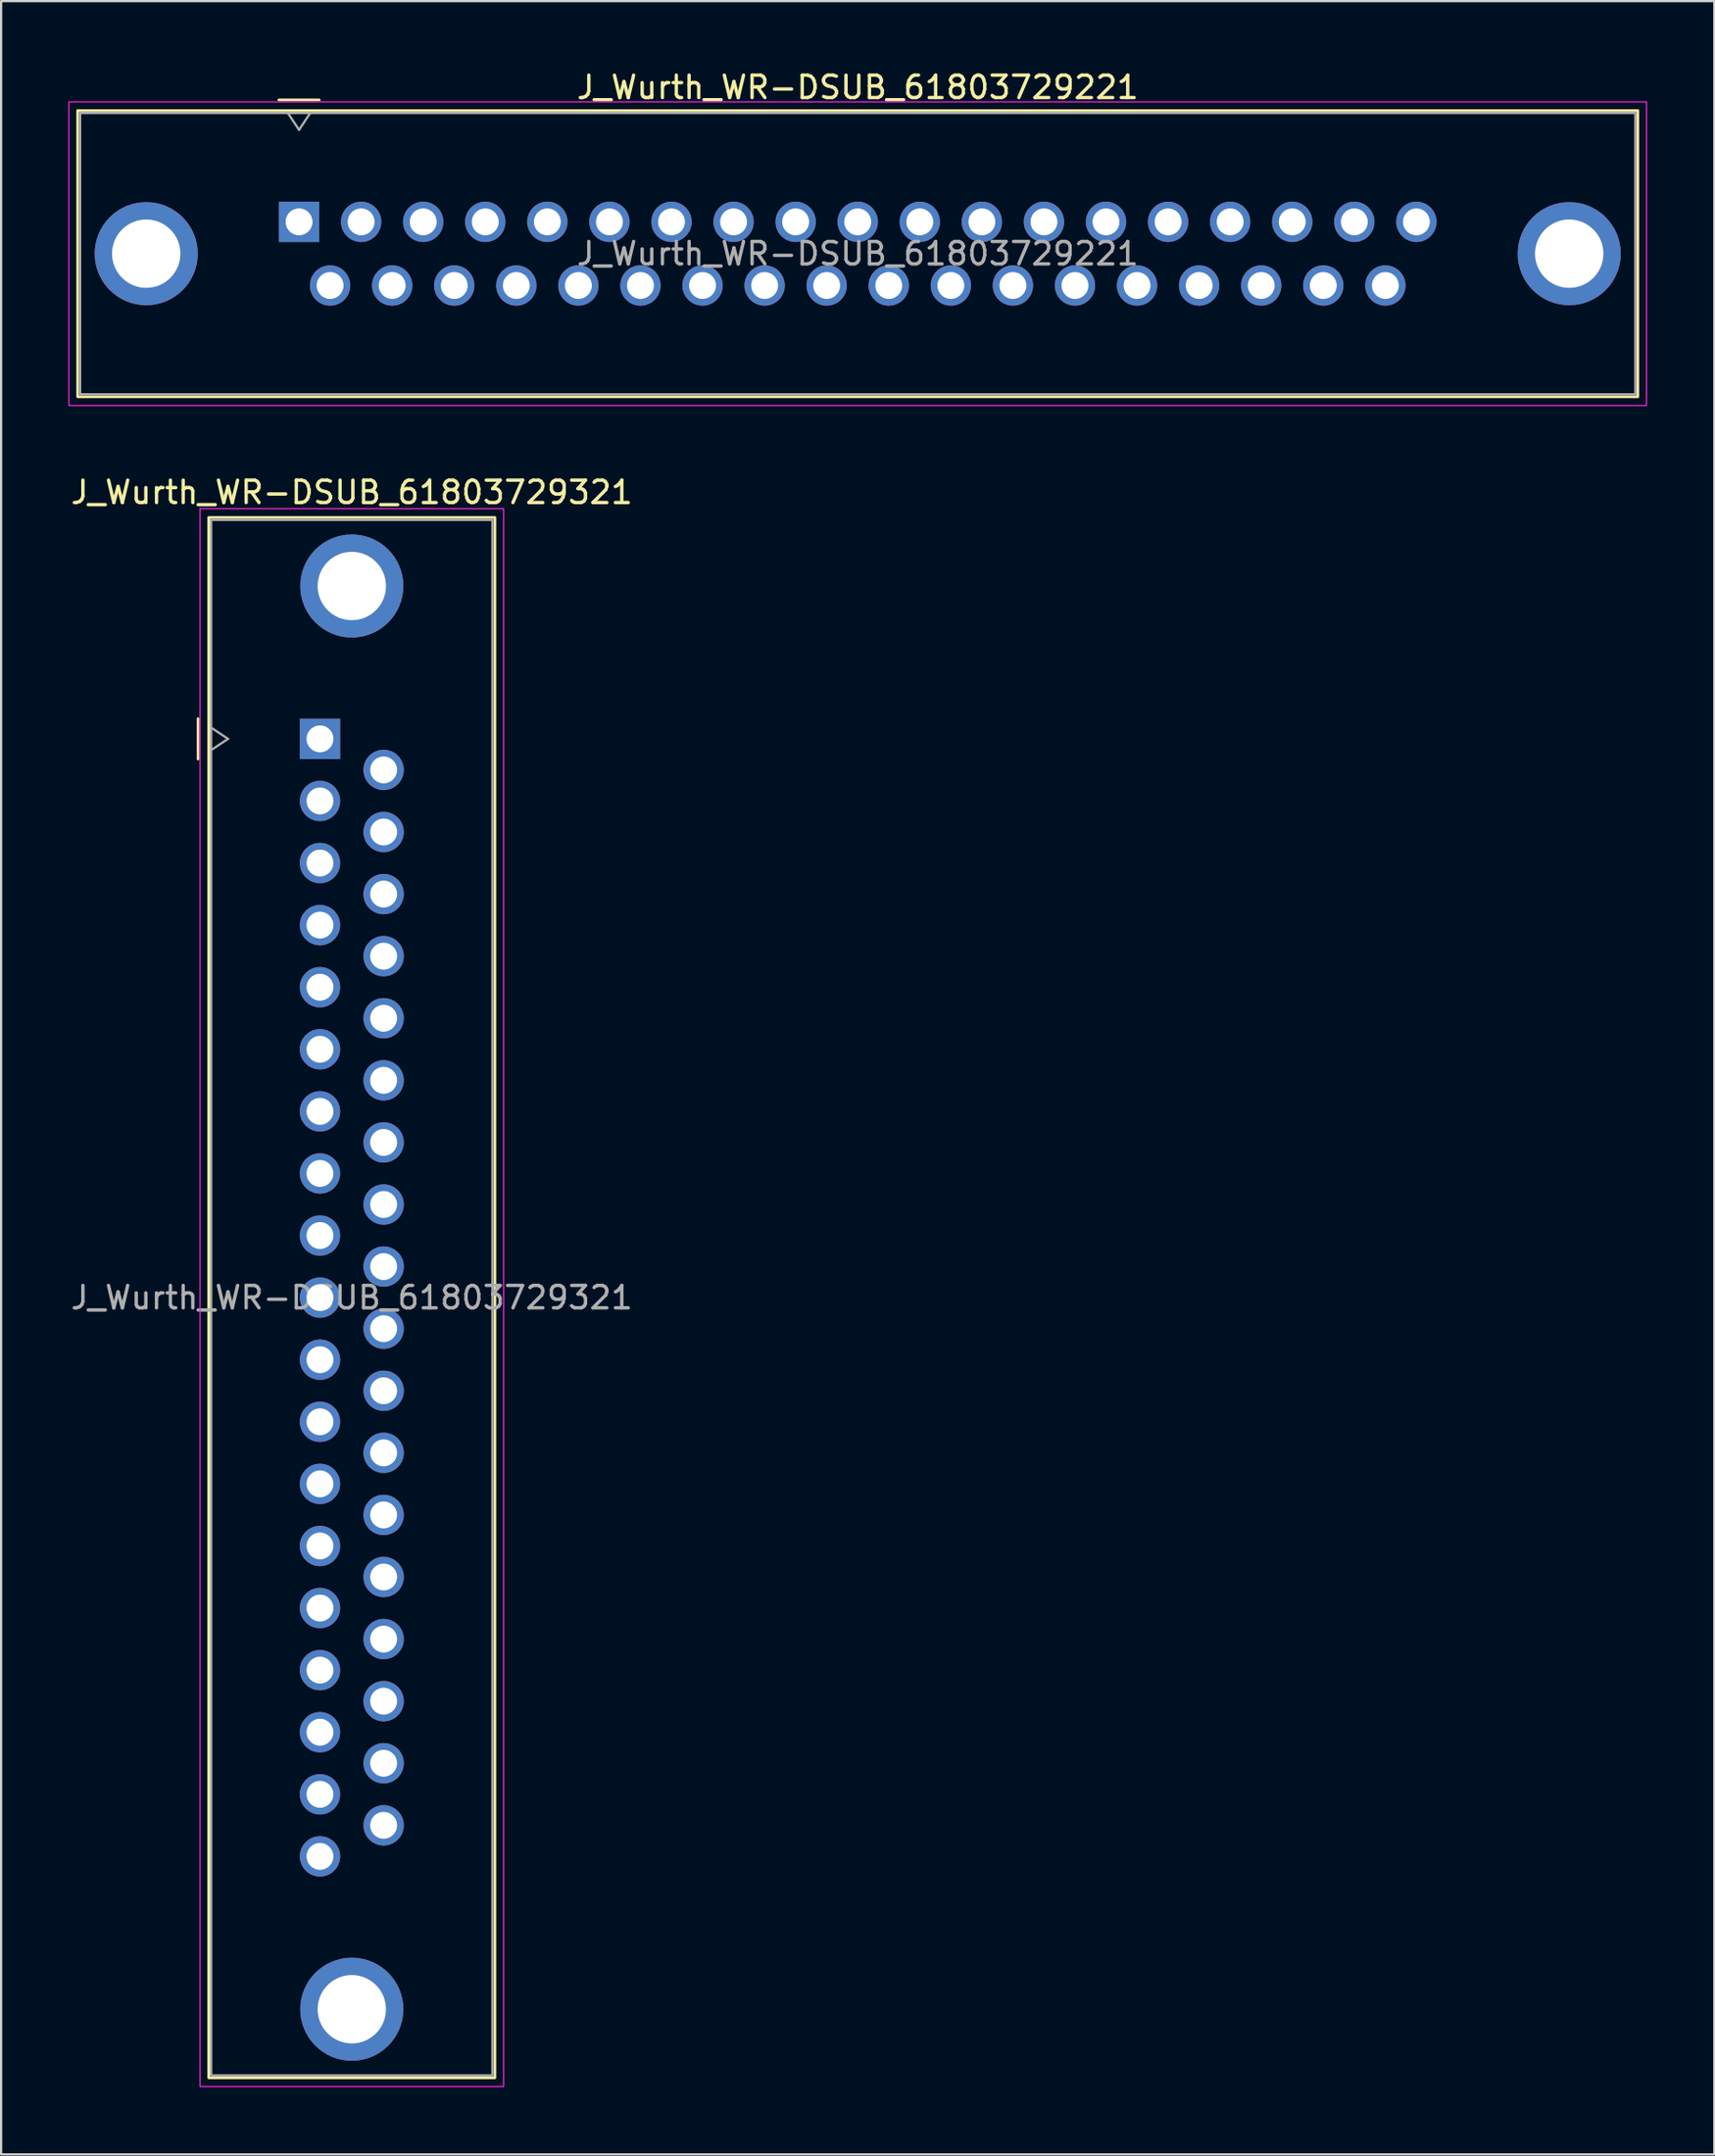
<source format=kicad_pcb>
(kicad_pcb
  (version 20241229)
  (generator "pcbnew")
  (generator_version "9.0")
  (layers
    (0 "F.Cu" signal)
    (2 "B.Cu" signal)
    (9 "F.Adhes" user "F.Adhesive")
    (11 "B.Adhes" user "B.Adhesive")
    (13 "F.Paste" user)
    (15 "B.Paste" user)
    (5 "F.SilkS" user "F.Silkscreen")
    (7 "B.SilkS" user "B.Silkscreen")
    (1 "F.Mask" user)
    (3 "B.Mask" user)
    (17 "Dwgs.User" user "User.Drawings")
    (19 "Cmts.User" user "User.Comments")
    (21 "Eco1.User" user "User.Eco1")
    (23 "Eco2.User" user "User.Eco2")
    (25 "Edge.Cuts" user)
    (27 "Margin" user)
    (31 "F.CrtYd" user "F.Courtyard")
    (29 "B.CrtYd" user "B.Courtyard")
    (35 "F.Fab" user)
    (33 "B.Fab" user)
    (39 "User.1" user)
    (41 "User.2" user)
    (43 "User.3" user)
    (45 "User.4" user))
  (footprint "J_Wurth_WR-DSUB_61803729221"
    (layer "F.Cu")
    (at 10.295 6.848)
    (property "Reference" "J_Wurth_WR-DSUB_61803729221" (at 24.93 -6 0) (unlocked yes) (layer "F.SilkS") (effects (font (size 1 1) (thickness 0.15))))
    (attr through_hole)
    (fp_line (start 0.9 -5.44) (end -0.9 -5.44) (stroke (width 0.12) (type solid)) (layer "F.SilkS"))
    (fp_rect (start -9.88 -4.965) (end 59.74 7.805) (stroke (width 0.12) (type solid)) (fill no) (layer "F.SilkS"))
    (fp_rect (start -10.27 -5.355) (end 60.13 8.195) (stroke (width 0.05) (type default)) (fill no) (layer "F.CrtYd"))
    (fp_line (start 0 -4.105) (end -0.5 -4.855) (stroke (width 0.1) (type solid)) (layer "F.Fab"))
    (fp_line (start 0 -4.105) (end 0.5 -4.855) (stroke (width 0.1) (type solid)) (layer "F.Fab"))
    (fp_rect (start -9.77 -4.855) (end 59.63 7.695) (stroke (width 0.1) (type solid)) (fill no) (layer "F.Fab"))
    (fp_text user "${REFERENCE}" (at 24.93 1.42 0) (unlocked yes) (layer "F.Fab") (effects (font (size 1 1) (thickness 0.15))))
    (pad "1" thru_hole rect (at 0 0) (size 1.8 1.8) (drill 1.2) (layers "*.Cu" "*.Mask"))
    (pad "2" thru_hole circle (at 2.77 0) (size 1.8 1.8) (drill 1.2) (layers "*.Cu" "*.Mask"))
    (pad "3" thru_hole circle (at 5.54 0) (size 1.8 1.8) (drill 1.2) (layers "*.Cu" "*.Mask"))
    (pad "4" thru_hole circle (at 8.31 0) (size 1.8 1.8) (drill 1.2) (layers "*.Cu" "*.Mask"))
    (pad "5" thru_hole circle (at 11.08 0) (size 1.8 1.8) (drill 1.2) (layers "*.Cu" "*.Mask"))
    (pad "6" thru_hole circle (at 13.85 0) (size 1.8 1.8) (drill 1.2) (layers "*.Cu" "*.Mask"))
    (pad "7" thru_hole circle (at 16.62 0) (size 1.8 1.8) (drill 1.2) (layers "*.Cu" "*.Mask"))
    (pad "8" thru_hole circle (at 19.39 0) (size 1.8 1.8) (drill 1.2) (layers "*.Cu" "*.Mask"))
    (pad "9" thru_hole circle (at 22.16 0) (size 1.8 1.8) (drill 1.2) (layers "*.Cu" "*.Mask"))
    (pad "10" thru_hole circle (at 24.93 0) (size 1.8 1.8) (drill 1.2) (layers "*.Cu" "*.Mask"))
    (pad "11" thru_hole circle (at 27.7 0) (size 1.8 1.8) (drill 1.2) (layers "*.Cu" "*.Mask"))
    (pad "12" thru_hole circle (at 30.47 0) (size 1.8 1.8) (drill 1.2) (layers "*.Cu" "*.Mask"))
    (pad "13" thru_hole circle (at 33.24 0) (size 1.8 1.8) (drill 1.2) (layers "*.Cu" "*.Mask"))
    (pad "14" thru_hole circle (at 36.01 0) (size 1.8 1.8) (drill 1.2) (layers "*.Cu" "*.Mask"))
    (pad "15" thru_hole circle (at 38.78 0) (size 1.8 1.8) (drill 1.2) (layers "*.Cu" "*.Mask"))
    (pad "16" thru_hole circle (at 41.55 0) (size 1.8 1.8) (drill 1.2) (layers "*.Cu" "*.Mask"))
    (pad "17" thru_hole circle (at 44.32 0) (size 1.8 1.8) (drill 1.2) (layers "*.Cu" "*.Mask"))
    (pad "18" thru_hole circle (at 47.09 0) (size 1.8 1.8) (drill 1.2) (layers "*.Cu" "*.Mask"))
    (pad "19" thru_hole circle (at 49.86 0) (size 1.8 1.8) (drill 1.2) (layers "*.Cu" "*.Mask"))
    (pad "20" thru_hole circle (at 1.385 2.84) (size 1.8 1.8) (drill 1.2) (layers "*.Cu" "*.Mask"))
    (pad "21" thru_hole circle (at 4.155 2.84) (size 1.8 1.8) (drill 1.2) (layers "*.Cu" "*.Mask"))
    (pad "22" thru_hole circle (at 6.925 2.84) (size 1.8 1.8) (drill 1.2) (layers "*.Cu" "*.Mask"))
    (pad "23" thru_hole circle (at 9.695 2.84) (size 1.8 1.8) (drill 1.2) (layers "*.Cu" "*.Mask"))
    (pad "24" thru_hole circle (at 12.465 2.84) (size 1.8 1.8) (drill 1.2) (layers "*.Cu" "*.Mask"))
    (pad "25" thru_hole circle (at 15.235 2.84) (size 1.8 1.8) (drill 1.2) (layers "*.Cu" "*.Mask"))
    (pad "26" thru_hole circle (at 18.005 2.84) (size 1.8 1.8) (drill 1.2) (layers "*.Cu" "*.Mask"))
    (pad "27" thru_hole circle (at 20.775 2.84) (size 1.8 1.8) (drill 1.2) (layers "*.Cu" "*.Mask"))
    (pad "28" thru_hole circle (at 23.545 2.84) (size 1.8 1.8) (drill 1.2) (layers "*.Cu" "*.Mask"))
    (pad "29" thru_hole circle (at 26.315 2.84) (size 1.8 1.8) (drill 1.2) (layers "*.Cu" "*.Mask"))
    (pad "30" thru_hole circle (at 29.085 2.84) (size 1.8 1.8) (drill 1.2) (layers "*.Cu" "*.Mask"))
    (pad "31" thru_hole circle (at 31.855 2.84) (size 1.8 1.8) (drill 1.2) (layers "*.Cu" "*.Mask"))
    (pad "32" thru_hole circle (at 34.625 2.84) (size 1.8 1.8) (drill 1.2) (layers "*.Cu" "*.Mask"))
    (pad "33" thru_hole circle (at 37.395 2.84) (size 1.8 1.8) (drill 1.2) (layers "*.Cu" "*.Mask"))
    (pad "34" thru_hole circle (at 40.165 2.84) (size 1.8 1.8) (drill 1.2) (layers "*.Cu" "*.Mask"))
    (pad "35" thru_hole circle (at 42.935 2.84) (size 1.8 1.8) (drill 1.2) (layers "*.Cu" "*.Mask"))
    (pad "36" thru_hole circle (at 45.705 2.84) (size 1.8 1.8) (drill 1.2) (layers "*.Cu" "*.Mask"))
    (pad "37" thru_hole circle (at 48.475 2.84) (size 1.8 1.8) (drill 1.2) (layers "*.Cu" "*.Mask"))
    (pad "S1" thru_hole circle (at -6.82 1.42) (size 4.6 4.6) (drill 3.05) (layers "*.Cu" "*.Mask"))
    (pad "S2" thru_hole circle (at 56.68 1.42) (size 4.6 4.6) (drill 3.05) (layers "*.Cu" "*.Mask")))
  (footprint "J_Wurth_WR-DSUB_61803729321"
    (layer "F.Cu")
    (at 11.229 29.916)
    (property "Reference" "J_Wurth_WR-DSUB_61803729321" (at 1.42 -11 0) (unlocked yes) (layer "F.SilkS") (effects (font (size 1 1) (thickness 0.15))))
    (attr through_hole)
    (fp_line (start -5.44 -0.9) (end -5.44 0.9) (stroke (width 0.12) (type solid)) (layer "F.SilkS"))
    (fp_rect (start -4.965 -9.88) (end 7.805 59.74) (stroke (width 0.12) (type solid)) (fill no) (layer "F.SilkS"))
    (fp_rect (start -5.355 -10.27) (end 8.195 60.13) (stroke (width 0.05) (type default)) (fill no) (layer "F.CrtYd"))
    (fp_line (start -4.105 0) (end -4.855 -0.5) (stroke (width 0.1) (type solid)) (layer "F.Fab"))
    (fp_line (start -4.105 0) (end -4.855 0.5) (stroke (width 0.1) (type solid)) (layer "F.Fab"))
    (fp_rect (start -4.855 -9.77) (end 7.695 59.63) (stroke (width 0.1) (type solid)) (fill no) (layer "F.Fab"))
    (fp_text user "${REFERENCE}" (at 1.42 24.93 0) (unlocked yes) (layer "F.Fab") (effects (font (size 1 1) (thickness 0.15))))
    (pad "1" thru_hole rect (at 0 0 90) (size 1.8 1.8) (drill 1.2) (layers "*.Cu" "*.Mask"))
    (pad "2" thru_hole circle (at 0 2.77 90) (size 1.8 1.8) (drill 1.2) (layers "*.Cu" "*.Mask"))
    (pad "3" thru_hole circle (at 0 5.54 90) (size 1.8 1.8) (drill 1.2) (layers "*.Cu" "*.Mask"))
    (pad "4" thru_hole circle (at 0 8.31 90) (size 1.8 1.8) (drill 1.2) (layers "*.Cu" "*.Mask"))
    (pad "5" thru_hole circle (at 0 11.08 90) (size 1.8 1.8) (drill 1.2) (layers "*.Cu" "*.Mask"))
    (pad "6" thru_hole circle (at 0 13.85 90) (size 1.8 1.8) (drill 1.2) (layers "*.Cu" "*.Mask"))
    (pad "7" thru_hole circle (at 0 16.62 90) (size 1.8 1.8) (drill 1.2) (layers "*.Cu" "*.Mask"))
    (pad "8" thru_hole circle (at 0 19.39 90) (size 1.8 1.8) (drill 1.2) (layers "*.Cu" "*.Mask"))
    (pad "9" thru_hole circle (at 0 22.16 90) (size 1.8 1.8) (drill 1.2) (layers "*.Cu" "*.Mask"))
    (pad "10" thru_hole circle (at 0 24.93 90) (size 1.8 1.8) (drill 1.2) (layers "*.Cu" "*.Mask"))
    (pad "11" thru_hole circle (at 0 27.7 90) (size 1.8 1.8) (drill 1.2) (layers "*.Cu" "*.Mask"))
    (pad "12" thru_hole circle (at 0 30.47 90) (size 1.8 1.8) (drill 1.2) (layers "*.Cu" "*.Mask"))
    (pad "13" thru_hole circle (at 0 33.24 90) (size 1.8 1.8) (drill 1.2) (layers "*.Cu" "*.Mask"))
    (pad "14" thru_hole circle (at 0 36.01 90) (size 1.8 1.8) (drill 1.2) (layers "*.Cu" "*.Mask"))
    (pad "15" thru_hole circle (at 0 38.78 90) (size 1.8 1.8) (drill 1.2) (layers "*.Cu" "*.Mask"))
    (pad "16" thru_hole circle (at 0 41.55 90) (size 1.8 1.8) (drill 1.2) (layers "*.Cu" "*.Mask"))
    (pad "17" thru_hole circle (at 0 44.32 90) (size 1.8 1.8) (drill 1.2) (layers "*.Cu" "*.Mask"))
    (pad "18" thru_hole circle (at 0 47.09 90) (size 1.8 1.8) (drill 1.2) (layers "*.Cu" "*.Mask"))
    (pad "19" thru_hole circle (at 0 49.86 90) (size 1.8 1.8) (drill 1.2) (layers "*.Cu" "*.Mask"))
    (pad "20" thru_hole circle (at 2.84 1.385 90) (size 1.8 1.8) (drill 1.2) (layers "*.Cu" "*.Mask"))
    (pad "21" thru_hole circle (at 2.84 4.155 90) (size 1.8 1.8) (drill 1.2) (layers "*.Cu" "*.Mask"))
    (pad "22" thru_hole circle (at 2.84 6.925 90) (size 1.8 1.8) (drill 1.2) (layers "*.Cu" "*.Mask"))
    (pad "23" thru_hole circle (at 2.84 9.695 90) (size 1.8 1.8) (drill 1.2) (layers "*.Cu" "*.Mask"))
    (pad "24" thru_hole circle (at 2.84 12.465 90) (size 1.8 1.8) (drill 1.2) (layers "*.Cu" "*.Mask"))
    (pad "25" thru_hole circle (at 2.84 15.235 90) (size 1.8 1.8) (drill 1.2) (layers "*.Cu" "*.Mask"))
    (pad "26" thru_hole circle (at 2.84 18.005 90) (size 1.8 1.8) (drill 1.2) (layers "*.Cu" "*.Mask"))
    (pad "27" thru_hole circle (at 2.84 20.775 90) (size 1.8 1.8) (drill 1.2) (layers "*.Cu" "*.Mask"))
    (pad "28" thru_hole circle (at 2.84 23.545 90) (size 1.8 1.8) (drill 1.2) (layers "*.Cu" "*.Mask"))
    (pad "29" thru_hole circle (at 2.84 26.315 90) (size 1.8 1.8) (drill 1.2) (layers "*.Cu" "*.Mask"))
    (pad "30" thru_hole circle (at 2.84 29.085 90) (size 1.8 1.8) (drill 1.2) (layers "*.Cu" "*.Mask"))
    (pad "31" thru_hole circle (at 2.84 31.855 90) (size 1.8 1.8) (drill 1.2) (layers "*.Cu" "*.Mask"))
    (pad "32" thru_hole circle (at 2.84 34.625 90) (size 1.8 1.8) (drill 1.2) (layers "*.Cu" "*.Mask"))
    (pad "33" thru_hole circle (at 2.84 37.395 90) (size 1.8 1.8) (drill 1.2) (layers "*.Cu" "*.Mask"))
    (pad "34" thru_hole circle (at 2.84 40.165 90) (size 1.8 1.8) (drill 1.2) (layers "*.Cu" "*.Mask"))
    (pad "35" thru_hole circle (at 2.84 42.935 90) (size 1.8 1.8) (drill 1.2) (layers "*.Cu" "*.Mask"))
    (pad "36" thru_hole circle (at 2.84 45.705 90) (size 1.8 1.8) (drill 1.2) (layers "*.Cu" "*.Mask"))
    (pad "37" thru_hole circle (at 2.84 48.475 90) (size 1.8 1.8) (drill 1.2) (layers "*.Cu" "*.Mask"))
    (pad "S1" thru_hole circle (at 1.42 56.68 90) (size 4.6 4.6) (drill 3.05) (layers "*.Cu" "*.Mask"))
    (pad "S2" thru_hole circle (at 1.42 -6.82 90) (size 4.6 4.6) (drill 3.05) (layers "*.Cu" "*.Mask")))
  (gr_rect
    (start -3 -3)
    (end 73.45 93.072)
    (stroke (width 0.1) (type default))
    (fill no)
    (layer "Edge.Cuts")))
</source>
